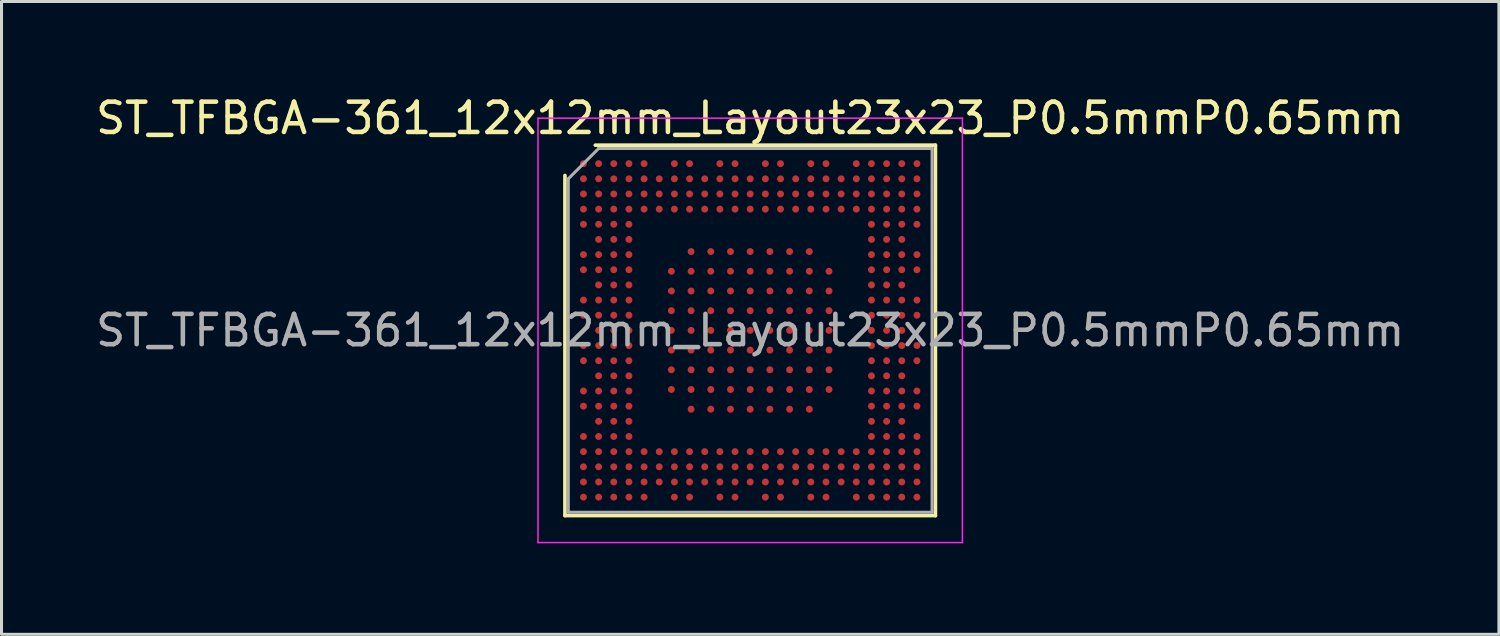
<source format=kicad_pcb>
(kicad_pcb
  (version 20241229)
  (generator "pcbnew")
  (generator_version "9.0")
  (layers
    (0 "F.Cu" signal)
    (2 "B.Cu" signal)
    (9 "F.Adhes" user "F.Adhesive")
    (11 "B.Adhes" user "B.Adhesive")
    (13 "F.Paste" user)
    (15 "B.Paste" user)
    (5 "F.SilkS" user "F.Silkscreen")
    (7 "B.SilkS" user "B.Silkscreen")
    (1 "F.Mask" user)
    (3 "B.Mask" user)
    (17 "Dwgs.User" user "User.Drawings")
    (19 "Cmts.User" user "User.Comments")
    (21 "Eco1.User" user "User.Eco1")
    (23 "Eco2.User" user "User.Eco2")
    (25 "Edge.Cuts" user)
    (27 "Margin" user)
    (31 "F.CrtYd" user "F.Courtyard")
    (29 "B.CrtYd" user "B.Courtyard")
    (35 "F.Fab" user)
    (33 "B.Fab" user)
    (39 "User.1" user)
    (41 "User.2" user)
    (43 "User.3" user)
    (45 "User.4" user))
  (footprint "ST_TFBGA-361_12x12mm_Layout23x23_P0.5mmP0.65mm"
    (layer "F.Cu")
    (at 21.696 7.848)
    (property "Reference" "ST_TFBGA-361_12x12mm_Layout23x23_P0.5mmP0.65mm" (at 0 -7 0) (layer "F.SilkS") (effects (font (size 1 1) (thickness 0.15))))
    (attr smd)
    (fp_line (start -6.11 6.11) (end -6.11 -5.11) (stroke (width 0.12) (type solid)) (layer "F.SilkS"))
    (fp_line (start -5.11 -6.11) (end 6.11 -6.11) (stroke (width 0.12) (type solid)) (layer "F.SilkS"))
    (fp_line (start 6.11 -6.11) (end 6.11 6.11) (stroke (width 0.12) (type solid)) (layer "F.SilkS"))
    (fp_line (start 6.11 6.11) (end -6.11 6.11) (stroke (width 0.12) (type solid)) (layer "F.SilkS"))
    (fp_line (start -7 -7) (end -7 7) (stroke (width 0.05) (type solid)) (layer "F.CrtYd"))
    (fp_line (start -7 7) (end 7 7) (stroke (width 0.05) (type solid)) (layer "F.CrtYd"))
    (fp_line (start 7 -7) (end -7 -7) (stroke (width 0.05) (type solid)) (layer "F.CrtYd"))
    (fp_line (start 7 7) (end 7 -7) (stroke (width 0.05) (type solid)) (layer "F.CrtYd"))
    (fp_line (start -6 -5) (end -5 -6) (stroke (width 0.1) (type solid)) (layer "F.Fab"))
    (fp_line (start -6 6) (end -6 -5) (stroke (width 0.1) (type solid)) (layer "F.Fab"))
    (fp_line (start -5 -6) (end 6 -6) (stroke (width 0.1) (type solid)) (layer "F.Fab"))
    (fp_line (start 6 -6) (end 6 6) (stroke (width 0.1) (type solid)) (layer "F.Fab"))
    (fp_line (start 6 6) (end -6 6) (stroke (width 0.1) (type solid)) (layer "F.Fab"))
    (fp_text user "${REFERENCE}" (at 0 0 0) (layer "F.Fab") (effects (font (size 1 1) (thickness 0.15))))
    (pad "1A2" smd circle (at -1.95 -2.6) (size 0.23 0.23) (layers "F.Cu" "F.Mask" "F.Paste"))
    (pad "1A3" smd circle (at -1.3 -2.6) (size 0.23 0.23) (layers "F.Cu" "F.Mask" "F.Paste"))
    (pad "1A4" smd circle (at -0.65 -2.6) (size 0.23 0.23) (layers "F.Cu" "F.Mask" "F.Paste"))
    (pad "1A5" smd circle (at 0 -2.6) (size 0.23 0.23) (layers "F.Cu" "F.Mask" "F.Paste"))
    (pad "1A6" smd circle (at 0.65 -2.6) (size 0.23 0.23) (layers "F.Cu" "F.Mask" "F.Paste"))
    (pad "1A7" smd circle (at 1.3 -2.6) (size 0.23 0.23) (layers "F.Cu" "F.Mask" "F.Paste"))
    (pad "1A8" smd circle (at 1.95 -2.6) (size 0.23 0.23) (layers "F.Cu" "F.Mask" "F.Paste"))
    (pad "1B1" smd circle (at -2.6 -1.95) (size 0.23 0.23) (layers "F.Cu" "F.Mask" "F.Paste"))
    (pad "1B2" smd circle (at -1.95 -1.95) (size 0.23 0.23) (layers "F.Cu" "F.Mask" "F.Paste"))
    (pad "1B3" smd circle (at -1.3 -1.95) (size 0.23 0.23) (layers "F.Cu" "F.Mask" "F.Paste"))
    (pad "1B4" smd circle (at -0.65 -1.95) (size 0.23 0.23) (layers "F.Cu" "F.Mask" "F.Paste"))
    (pad "1B5" smd circle (at 0 -1.95) (size 0.23 0.23) (layers "F.Cu" "F.Mask" "F.Paste"))
    (pad "1B6" smd circle (at 0.65 -1.95) (size 0.23 0.23) (layers "F.Cu" "F.Mask" "F.Paste"))
    (pad "1B7" smd circle (at 1.3 -1.95) (size 0.23 0.23) (layers "F.Cu" "F.Mask" "F.Paste"))
    (pad "1B8" smd circle (at 1.95 -1.95) (size 0.23 0.23) (layers "F.Cu" "F.Mask" "F.Paste"))
    (pad "1B9" smd circle (at 2.6 -1.95) (size 0.23 0.23) (layers "F.Cu" "F.Mask" "F.Paste"))
    (pad "1C1" smd circle (at -2.6 -1.3) (size 0.23 0.23) (layers "F.Cu" "F.Mask" "F.Paste"))
    (pad "1C2" smd circle (at -1.95 -1.3) (size 0.23 0.23) (layers "F.Cu" "F.Mask" "F.Paste"))
    (pad "1C3" smd circle (at -1.3 -1.3) (size 0.23 0.23) (layers "F.Cu" "F.Mask" "F.Paste"))
    (pad "1C4" smd circle (at -0.65 -1.3) (size 0.23 0.23) (layers "F.Cu" "F.Mask" "F.Paste"))
    (pad "1C5" smd circle (at 0 -1.3) (size 0.23 0.23) (layers "F.Cu" "F.Mask" "F.Paste"))
    (pad "1C6" smd circle (at 0.65 -1.3) (size 0.23 0.23) (layers "F.Cu" "F.Mask" "F.Paste"))
    (pad "1C7" smd circle (at 1.3 -1.3) (size 0.23 0.23) (layers "F.Cu" "F.Mask" "F.Paste"))
    (pad "1C8" smd circle (at 1.95 -1.3) (size 0.23 0.23) (layers "F.Cu" "F.Mask" "F.Paste"))
    (pad "1C9" smd circle (at 2.6 -1.3) (size 0.23 0.23) (layers "F.Cu" "F.Mask" "F.Paste"))
    (pad "1D1" smd circle (at -2.6 -0.65) (size 0.23 0.23) (layers "F.Cu" "F.Mask" "F.Paste"))
    (pad "1D2" smd circle (at -1.95 -0.65) (size 0.23 0.23) (layers "F.Cu" "F.Mask" "F.Paste"))
    (pad "1D3" smd circle (at -1.3 -0.65) (size 0.23 0.23) (layers "F.Cu" "F.Mask" "F.Paste"))
    (pad "1D4" smd circle (at -0.65 -0.65) (size 0.23 0.23) (layers "F.Cu" "F.Mask" "F.Paste"))
    (pad "1D5" smd circle (at 0 -0.65) (size 0.23 0.23) (layers "F.Cu" "F.Mask" "F.Paste"))
    (pad "1D6" smd circle (at 0.65 -0.65) (size 0.23 0.23) (layers "F.Cu" "F.Mask" "F.Paste"))
    (pad "1D7" smd circle (at 1.3 -0.65) (size 0.23 0.23) (layers "F.Cu" "F.Mask" "F.Paste"))
    (pad "1D8" smd circle (at 1.95 -0.65) (size 0.23 0.23) (layers "F.Cu" "F.Mask" "F.Paste"))
    (pad "1D9" smd circle (at 2.6 -0.65) (size 0.23 0.23) (layers "F.Cu" "F.Mask" "F.Paste"))
    (pad "1E1" smd circle (at -2.6 0) (size 0.23 0.23) (layers "F.Cu" "F.Mask" "F.Paste"))
    (pad "1E2" smd circle (at -1.95 0) (size 0.23 0.23) (layers "F.Cu" "F.Mask" "F.Paste"))
    (pad "1E3" smd circle (at -1.3 0) (size 0.23 0.23) (layers "F.Cu" "F.Mask" "F.Paste"))
    (pad "1E4" smd circle (at -0.65 0) (size 0.23 0.23) (layers "F.Cu" "F.Mask" "F.Paste"))
    (pad "1E5" smd circle (at 0 0) (size 0.23 0.23) (layers "F.Cu" "F.Mask" "F.Paste"))
    (pad "1E6" smd circle (at 0.65 0) (size 0.23 0.23) (layers "F.Cu" "F.Mask" "F.Paste"))
    (pad "1E7" smd circle (at 1.3 0) (size 0.23 0.23) (layers "F.Cu" "F.Mask" "F.Paste"))
    (pad "1E8" smd circle (at 1.95 0) (size 0.23 0.23) (layers "F.Cu" "F.Mask" "F.Paste"))
    (pad "1E9" smd circle (at 2.6 0) (size 0.23 0.23) (layers "F.Cu" "F.Mask" "F.Paste"))
    (pad "1F1" smd circle (at -2.6 0.65) (size 0.23 0.23) (layers "F.Cu" "F.Mask" "F.Paste"))
    (pad "1F2" smd circle (at -1.95 0.65) (size 0.23 0.23) (layers "F.Cu" "F.Mask" "F.Paste"))
    (pad "1F3" smd circle (at -1.3 0.65) (size 0.23 0.23) (layers "F.Cu" "F.Mask" "F.Paste"))
    (pad "1F4" smd circle (at -0.65 0.65) (size 0.23 0.23) (layers "F.Cu" "F.Mask" "F.Paste"))
    (pad "1F5" smd circle (at 0 0.65) (size 0.23 0.23) (layers "F.Cu" "F.Mask" "F.Paste"))
    (pad "1F6" smd circle (at 0.65 0.65) (size 0.23 0.23) (layers "F.Cu" "F.Mask" "F.Paste"))
    (pad "1F7" smd circle (at 1.3 0.65) (size 0.23 0.23) (layers "F.Cu" "F.Mask" "F.Paste"))
    (pad "1F8" smd circle (at 1.95 0.65) (size 0.23 0.23) (layers "F.Cu" "F.Mask" "F.Paste"))
    (pad "1F9" smd circle (at 2.6 0.65) (size 0.23 0.23) (layers "F.Cu" "F.Mask" "F.Paste"))
    (pad "1G1" smd circle (at -2.6 1.3) (size 0.23 0.23) (layers "F.Cu" "F.Mask" "F.Paste"))
    (pad "1G2" smd circle (at -1.95 1.3) (size 0.23 0.23) (layers "F.Cu" "F.Mask" "F.Paste"))
    (pad "1G3" smd circle (at -1.3 1.3) (size 0.23 0.23) (layers "F.Cu" "F.Mask" "F.Paste"))
    (pad "1G4" smd circle (at -0.65 1.3) (size 0.23 0.23) (layers "F.Cu" "F.Mask" "F.Paste"))
    (pad "1G5" smd circle (at 0 1.3) (size 0.23 0.23) (layers "F.Cu" "F.Mask" "F.Paste"))
    (pad "1G6" smd circle (at 0.65 1.3) (size 0.23 0.23) (layers "F.Cu" "F.Mask" "F.Paste"))
    (pad "1G7" smd circle (at 1.3 1.3) (size 0.23 0.23) (layers "F.Cu" "F.Mask" "F.Paste"))
    (pad "1G8" smd circle (at 1.95 1.3) (size 0.23 0.23) (layers "F.Cu" "F.Mask" "F.Paste"))
    (pad "1G9" smd circle (at 2.6 1.3) (size 0.23 0.23) (layers "F.Cu" "F.Mask" "F.Paste"))
    (pad "1H1" smd circle (at -2.6 1.95) (size 0.23 0.23) (layers "F.Cu" "F.Mask" "F.Paste"))
    (pad "1H2" smd circle (at -1.95 1.95) (size 0.23 0.23) (layers "F.Cu" "F.Mask" "F.Paste"))
    (pad "1H3" smd circle (at -1.3 1.95) (size 0.23 0.23) (layers "F.Cu" "F.Mask" "F.Paste"))
    (pad "1H4" smd circle (at -0.65 1.95) (size 0.23 0.23) (layers "F.Cu" "F.Mask" "F.Paste"))
    (pad "1H5" smd circle (at 0 1.95) (size 0.23 0.23) (layers "F.Cu" "F.Mask" "F.Paste"))
    (pad "1H6" smd circle (at 0.65 1.95) (size 0.23 0.23) (layers "F.Cu" "F.Mask" "F.Paste"))
    (pad "1H7" smd circle (at 1.3 1.95) (size 0.23 0.23) (layers "F.Cu" "F.Mask" "F.Paste"))
    (pad "1H8" smd circle (at 1.95 1.95) (size 0.23 0.23) (layers "F.Cu" "F.Mask" "F.Paste"))
    (pad "1H9" smd circle (at 2.6 1.95) (size 0.23 0.23) (layers "F.Cu" "F.Mask" "F.Paste"))
    (pad "1J2" smd circle (at -1.95 2.6) (size 0.23 0.23) (layers "F.Cu" "F.Mask" "F.Paste"))
    (pad "1J3" smd circle (at -1.3 2.6) (size 0.23 0.23) (layers "F.Cu" "F.Mask" "F.Paste"))
    (pad "1J4" smd circle (at -0.65 2.6) (size 0.23 0.23) (layers "F.Cu" "F.Mask" "F.Paste"))
    (pad "1J5" smd circle (at 0 2.6) (size 0.23 0.23) (layers "F.Cu" "F.Mask" "F.Paste"))
    (pad "1J6" smd circle (at 0.65 2.6) (size 0.23 0.23) (layers "F.Cu" "F.Mask" "F.Paste"))
    (pad "1J7" smd circle (at 1.3 2.6) (size 0.23 0.23) (layers "F.Cu" "F.Mask" "F.Paste"))
    (pad "1J8" smd circle (at 1.95 2.6) (size 0.23 0.23) (layers "F.Cu" "F.Mask" "F.Paste"))
    (pad "A1" smd circle (at -5.5 -5.5) (size 0.23 0.23) (layers "F.Cu" "F.Mask" "F.Paste"))
    (pad "A2" smd circle (at -5 -5.5) (size 0.23 0.23) (layers "F.Cu" "F.Mask" "F.Paste"))
    (pad "A3" smd circle (at -4.5 -5.5) (size 0.23 0.23) (layers "F.Cu" "F.Mask" "F.Paste"))
    (pad "A4" smd circle (at -4 -5.5) (size 0.23 0.23) (layers "F.Cu" "F.Mask" "F.Paste"))
    (pad "A5" smd circle (at -3.5 -5.5) (size 0.23 0.23) (layers "F.Cu" "F.Mask" "F.Paste"))
    (pad "A7" smd circle (at -2.5 -5.5) (size 0.23 0.23) (layers "F.Cu" "F.Mask" "F.Paste"))
    (pad "A8" smd circle (at -2 -5.5) (size 0.23 0.23) (layers "F.Cu" "F.Mask" "F.Paste"))
    (pad "A10" smd circle (at -1 -5.5) (size 0.23 0.23) (layers "F.Cu" "F.Mask" "F.Paste"))
    (pad "A11" smd circle (at -0.5 -5.5) (size 0.23 0.23) (layers "F.Cu" "F.Mask" "F.Paste"))
    (pad "A13" smd circle (at 0.5 -5.5) (size 0.23 0.23) (layers "F.Cu" "F.Mask" "F.Paste"))
    (pad "A14" smd circle (at 1 -5.5) (size 0.23 0.23) (layers "F.Cu" "F.Mask" "F.Paste"))
    (pad "A16" smd circle (at 2 -5.5) (size 0.23 0.23) (layers "F.Cu" "F.Mask" "F.Paste"))
    (pad "A17" smd circle (at 2.5 -5.5) (size 0.23 0.23) (layers "F.Cu" "F.Mask" "F.Paste"))
    (pad "A19" smd circle (at 3.5 -5.5) (size 0.23 0.23) (layers "F.Cu" "F.Mask" "F.Paste"))
    (pad "A20" smd circle (at 4 -5.5) (size 0.23 0.23) (layers "F.Cu" "F.Mask" "F.Paste"))
    (pad "A21" smd circle (at 4.5 -5.5) (size 0.23 0.23) (layers "F.Cu" "F.Mask" "F.Paste"))
    (pad "A22" smd circle (at 5 -5.5) (size 0.23 0.23) (layers "F.Cu" "F.Mask" "F.Paste"))
    (pad "A23" smd circle (at 5.5 -5.5) (size 0.23 0.23) (layers "F.Cu" "F.Mask" "F.Paste"))
    (pad "AA1" smd circle (at -5.5 4.5) (size 0.23 0.23) (layers "F.Cu" "F.Mask" "F.Paste"))
    (pad "AA2" smd circle (at -5 4.5) (size 0.23 0.23) (layers "F.Cu" "F.Mask" "F.Paste"))
    (pad "AA3" smd circle (at -4.5 4.5) (size 0.23 0.23) (layers "F.Cu" "F.Mask" "F.Paste"))
    (pad "AA4" smd circle (at -4 4.5) (size 0.23 0.23) (layers "F.Cu" "F.Mask" "F.Paste"))
    (pad "AA5" smd circle (at -3.5 4.5) (size 0.23 0.23) (layers "F.Cu" "F.Mask" "F.Paste"))
    (pad "AA6" smd circle (at -3 4.5) (size 0.23 0.23) (layers "F.Cu" "F.Mask" "F.Paste"))
    (pad "AA7" smd circle (at -2.5 4.5) (size 0.23 0.23) (layers "F.Cu" "F.Mask" "F.Paste"))
    (pad "AA8" smd circle (at -2 4.5) (size 0.23 0.23) (layers "F.Cu" "F.Mask" "F.Paste"))
    (pad "AA9" smd circle (at -1.5 4.5) (size 0.23 0.23) (layers "F.Cu" "F.Mask" "F.Paste"))
    (pad "AA10" smd circle (at -1 4.5) (size 0.23 0.23) (layers "F.Cu" "F.Mask" "F.Paste"))
    (pad "AA11" smd circle (at -0.5 4.5) (size 0.23 0.23) (layers "F.Cu" "F.Mask" "F.Paste"))
    (pad "AA12" smd circle (at 0 4.5) (size 0.23 0.23) (layers "F.Cu" "F.Mask" "F.Paste"))
    (pad "AA13" smd circle (at 0.5 4.5) (size 0.23 0.23) (layers "F.Cu" "F.Mask" "F.Paste"))
    (pad "AA14" smd circle (at 1 4.5) (size 0.23 0.23) (layers "F.Cu" "F.Mask" "F.Paste"))
    (pad "AA15" smd circle (at 1.5 4.5) (size 0.23 0.23) (layers "F.Cu" "F.Mask" "F.Paste"))
    (pad "AA16" smd circle (at 2 4.5) (size 0.23 0.23) (layers "F.Cu" "F.Mask" "F.Paste"))
    (pad "AA17" smd circle (at 2.5 4.5) (size 0.23 0.23) (layers "F.Cu" "F.Mask" "F.Paste"))
    (pad "AA18" smd circle (at 3 4.5) (size 0.23 0.23) (layers "F.Cu" "F.Mask" "F.Paste"))
    (pad "AA19" smd circle (at 3.5 4.5) (size 0.23 0.23) (layers "F.Cu" "F.Mask" "F.Paste"))
    (pad "AA20" smd circle (at 4 4.5) (size 0.23 0.23) (layers "F.Cu" "F.Mask" "F.Paste"))
    (pad "AA21" smd circle (at 4.5 4.5) (size 0.23 0.23) (layers "F.Cu" "F.Mask" "F.Paste"))
    (pad "AA22" smd circle (at 5 4.5) (size 0.23 0.23) (layers "F.Cu" "F.Mask" "F.Paste"))
    (pad "AA23" smd circle (at 5.5 4.5) (size 0.23 0.23) (layers "F.Cu" "F.Mask" "F.Paste"))
    (pad "AB1" smd circle (at -5.5 5) (size 0.23 0.23) (layers "F.Cu" "F.Mask" "F.Paste"))
    (pad "AB2" smd circle (at -5 5) (size 0.23 0.23) (layers "F.Cu" "F.Mask" "F.Paste"))
    (pad "AB3" smd circle (at -4.5 5) (size 0.23 0.23) (layers "F.Cu" "F.Mask" "F.Paste"))
    (pad "AB4" smd circle (at -4 5) (size 0.23 0.23) (layers "F.Cu" "F.Mask" "F.Paste"))
    (pad "AB5" smd circle (at -3.5 5) (size 0.23 0.23) (layers "F.Cu" "F.Mask" "F.Paste"))
    (pad "AB6" smd circle (at -3 5) (size 0.23 0.23) (layers "F.Cu" "F.Mask" "F.Paste"))
    (pad "AB7" smd circle (at -2.5 5) (size 0.23 0.23) (layers "F.Cu" "F.Mask" "F.Paste"))
    (pad "AB8" smd circle (at -2 5) (size 0.23 0.23) (layers "F.Cu" "F.Mask" "F.Paste"))
    (pad "AB9" smd circle (at -1.5 5) (size 0.23 0.23) (layers "F.Cu" "F.Mask" "F.Paste"))
    (pad "AB10" smd circle (at -1 5) (size 0.23 0.23) (layers "F.Cu" "F.Mask" "F.Paste"))
    (pad "AB11" smd circle (at -0.5 5) (size 0.23 0.23) (layers "F.Cu" "F.Mask" "F.Paste"))
    (pad "AB12" smd circle (at 0 5) (size 0.23 0.23) (layers "F.Cu" "F.Mask" "F.Paste"))
    (pad "AB13" smd circle (at 0.5 5) (size 0.23 0.23) (layers "F.Cu" "F.Mask" "F.Paste"))
    (pad "AB14" smd circle (at 1 5) (size 0.23 0.23) (layers "F.Cu" "F.Mask" "F.Paste"))
    (pad "AB15" smd circle (at 1.5 5) (size 0.23 0.23) (layers "F.Cu" "F.Mask" "F.Paste"))
    (pad "AB16" smd circle (at 2 5) (size 0.23 0.23) (layers "F.Cu" "F.Mask" "F.Paste"))
    (pad "AB17" smd circle (at 2.5 5) (size 0.23 0.23) (layers "F.Cu" "F.Mask" "F.Paste"))
    (pad "AB18" smd circle (at 3 5) (size 0.23 0.23) (layers "F.Cu" "F.Mask" "F.Paste"))
    (pad "AB19" smd circle (at 3.5 5) (size 0.23 0.23) (layers "F.Cu" "F.Mask" "F.Paste"))
    (pad "AB20" smd circle (at 4 5) (size 0.23 0.23) (layers "F.Cu" "F.Mask" "F.Paste"))
    (pad "AB21" smd circle (at 4.5 5) (size 0.23 0.23) (layers "F.Cu" "F.Mask" "F.Paste"))
    (pad "AB22" smd circle (at 5 5) (size 0.23 0.23) (layers "F.Cu" "F.Mask" "F.Paste"))
    (pad "AB23" smd circle (at 5.5 5) (size 0.23 0.23) (layers "F.Cu" "F.Mask" "F.Paste"))
    (pad "AC1" smd circle (at -5.5 5.5) (size 0.23 0.23) (layers "F.Cu" "F.Mask" "F.Paste"))
    (pad "AC2" smd circle (at -5 5.5) (size 0.23 0.23) (layers "F.Cu" "F.Mask" "F.Paste"))
    (pad "AC3" smd circle (at -4.5 5.5) (size 0.23 0.23) (layers "F.Cu" "F.Mask" "F.Paste"))
    (pad "AC4" smd circle (at -4 5.5) (size 0.23 0.23) (layers "F.Cu" "F.Mask" "F.Paste"))
    (pad "AC5" smd circle (at -3.5 5.5) (size 0.23 0.23) (layers "F.Cu" "F.Mask" "F.Paste"))
    (pad "AC7" smd circle (at -2.5 5.5) (size 0.23 0.23) (layers "F.Cu" "F.Mask" "F.Paste"))
    (pad "AC8" smd circle (at -2 5.5) (size 0.23 0.23) (layers "F.Cu" "F.Mask" "F.Paste"))
    (pad "AC10" smd circle (at -1 5.5) (size 0.23 0.23) (layers "F.Cu" "F.Mask" "F.Paste"))
    (pad "AC11" smd circle (at -0.5 5.5) (size 0.23 0.23) (layers "F.Cu" "F.Mask" "F.Paste"))
    (pad "AC13" smd circle (at 0.5 5.5) (size 0.23 0.23) (layers "F.Cu" "F.Mask" "F.Paste"))
    (pad "AC14" smd circle (at 1 5.5) (size 0.23 0.23) (layers "F.Cu" "F.Mask" "F.Paste"))
    (pad "AC16" smd circle (at 2 5.5) (size 0.23 0.23) (layers "F.Cu" "F.Mask" "F.Paste"))
    (pad "AC17" smd circle (at 2.5 5.5) (size 0.23 0.23) (layers "F.Cu" "F.Mask" "F.Paste"))
    (pad "AC19" smd circle (at 3.5 5.5) (size 0.23 0.23) (layers "F.Cu" "F.Mask" "F.Paste"))
    (pad "AC20" smd circle (at 4 5.5) (size 0.23 0.23) (layers "F.Cu" "F.Mask" "F.Paste"))
    (pad "AC21" smd circle (at 4.5 5.5) (size 0.23 0.23) (layers "F.Cu" "F.Mask" "F.Paste"))
    (pad "AC22" smd circle (at 5 5.5) (size 0.23 0.23) (layers "F.Cu" "F.Mask" "F.Paste"))
    (pad "AC23" smd circle (at 5.5 5.5) (size 0.23 0.23) (layers "F.Cu" "F.Mask" "F.Paste"))
    (pad "B1" smd circle (at -5.5 -5) (size 0.23 0.23) (layers "F.Cu" "F.Mask" "F.Paste"))
    (pad "B2" smd circle (at -5 -5) (size 0.23 0.23) (layers "F.Cu" "F.Mask" "F.Paste"))
    (pad "B3" smd circle (at -4.5 -5) (size 0.23 0.23) (layers "F.Cu" "F.Mask" "F.Paste"))
    (pad "B4" smd circle (at -4 -5) (size 0.23 0.23) (layers "F.Cu" "F.Mask" "F.Paste"))
    (pad "B5" smd circle (at -3.5 -5) (size 0.23 0.23) (layers "F.Cu" "F.Mask" "F.Paste"))
    (pad "B6" smd circle (at -3 -5) (size 0.23 0.23) (layers "F.Cu" "F.Mask" "F.Paste"))
    (pad "B7" smd circle (at -2.5 -5) (size 0.23 0.23) (layers "F.Cu" "F.Mask" "F.Paste"))
    (pad "B8" smd circle (at -2 -5) (size 0.23 0.23) (layers "F.Cu" "F.Mask" "F.Paste"))
    (pad "B9" smd circle (at -1.5 -5) (size 0.23 0.23) (layers "F.Cu" "F.Mask" "F.Paste"))
    (pad "B10" smd circle (at -1 -5) (size 0.23 0.23) (layers "F.Cu" "F.Mask" "F.Paste"))
    (pad "B11" smd circle (at -0.5 -5) (size 0.23 0.23) (layers "F.Cu" "F.Mask" "F.Paste"))
    (pad "B12" smd circle (at 0 -5) (size 0.23 0.23) (layers "F.Cu" "F.Mask" "F.Paste"))
    (pad "B13" smd circle (at 0.5 -5) (size 0.23 0.23) (layers "F.Cu" "F.Mask" "F.Paste"))
    (pad "B14" smd circle (at 1 -5) (size 0.23 0.23) (layers "F.Cu" "F.Mask" "F.Paste"))
    (pad "B15" smd circle (at 1.5 -5) (size 0.23 0.23) (layers "F.Cu" "F.Mask" "F.Paste"))
    (pad "B16" smd circle (at 2 -5) (size 0.23 0.23) (layers "F.Cu" "F.Mask" "F.Paste"))
    (pad "B17" smd circle (at 2.5 -5) (size 0.23 0.23) (layers "F.Cu" "F.Mask" "F.Paste"))
    (pad "B18" smd circle (at 3 -5) (size 0.23 0.23) (layers "F.Cu" "F.Mask" "F.Paste"))
    (pad "B19" smd circle (at 3.5 -5) (size 0.23 0.23) (layers "F.Cu" "F.Mask" "F.Paste"))
    (pad "B20" smd circle (at 4 -5) (size 0.23 0.23) (layers "F.Cu" "F.Mask" "F.Paste"))
    (pad "B21" smd circle (at 4.5 -5) (size 0.23 0.23) (layers "F.Cu" "F.Mask" "F.Paste"))
    (pad "B22" smd circle (at 5 -5) (size 0.23 0.23) (layers "F.Cu" "F.Mask" "F.Paste"))
    (pad "B23" smd circle (at 5.5 -5) (size 0.23 0.23) (layers "F.Cu" "F.Mask" "F.Paste"))
    (pad "C1" smd circle (at -5.5 -4.5) (size 0.23 0.23) (layers "F.Cu" "F.Mask" "F.Paste"))
    (pad "C2" smd circle (at -5 -4.5) (size 0.23 0.23) (layers "F.Cu" "F.Mask" "F.Paste"))
    (pad "C3" smd circle (at -4.5 -4.5) (size 0.23 0.23) (layers "F.Cu" "F.Mask" "F.Paste"))
    (pad "C4" smd circle (at -4 -4.5) (size 0.23 0.23) (layers "F.Cu" "F.Mask" "F.Paste"))
    (pad "C5" smd circle (at -3.5 -4.5) (size 0.23 0.23) (layers "F.Cu" "F.Mask" "F.Paste"))
    (pad "C6" smd circle (at -3 -4.5) (size 0.23 0.23) (layers "F.Cu" "F.Mask" "F.Paste"))
    (pad "C7" smd circle (at -2.5 -4.5) (size 0.23 0.23) (layers "F.Cu" "F.Mask" "F.Paste"))
    (pad "C8" smd circle (at -2 -4.5) (size 0.23 0.23) (layers "F.Cu" "F.Mask" "F.Paste"))
    (pad "C9" smd circle (at -1.5 -4.5) (size 0.23 0.23) (layers "F.Cu" "F.Mask" "F.Paste"))
    (pad "C10" smd circle (at -1 -4.5) (size 0.23 0.23) (layers "F.Cu" "F.Mask" "F.Paste"))
    (pad "C11" smd circle (at -0.5 -4.5) (size 0.23 0.23) (layers "F.Cu" "F.Mask" "F.Paste"))
    (pad "C12" smd circle (at 0 -4.5) (size 0.23 0.23) (layers "F.Cu" "F.Mask" "F.Paste"))
    (pad "C13" smd circle (at 0.5 -4.5) (size 0.23 0.23) (layers "F.Cu" "F.Mask" "F.Paste"))
    (pad "C14" smd circle (at 1 -4.5) (size 0.23 0.23) (layers "F.Cu" "F.Mask" "F.Paste"))
    (pad "C15" smd circle (at 1.5 -4.5) (size 0.23 0.23) (layers "F.Cu" "F.Mask" "F.Paste"))
    (pad "C16" smd circle (at 2 -4.5) (size 0.23 0.23) (layers "F.Cu" "F.Mask" "F.Paste"))
    (pad "C17" smd circle (at 2.5 -4.5) (size 0.23 0.23) (layers "F.Cu" "F.Mask" "F.Paste"))
    (pad "C18" smd circle (at 3 -4.5) (size 0.23 0.23) (layers "F.Cu" "F.Mask" "F.Paste"))
    (pad "C19" smd circle (at 3.5 -4.5) (size 0.23 0.23) (layers "F.Cu" "F.Mask" "F.Paste"))
    (pad "C20" smd circle (at 4 -4.5) (size 0.23 0.23) (layers "F.Cu" "F.Mask" "F.Paste"))
    (pad "C21" smd circle (at 4.5 -4.5) (size 0.23 0.23) (layers "F.Cu" "F.Mask" "F.Paste"))
    (pad "C22" smd circle (at 5 -4.5) (size 0.23 0.23) (layers "F.Cu" "F.Mask" "F.Paste"))
    (pad "C23" smd circle (at 5.5 -4.5) (size 0.23 0.23) (layers "F.Cu" "F.Mask" "F.Paste"))
    (pad "D1" smd circle (at -5.5 -4) (size 0.23 0.23) (layers "F.Cu" "F.Mask" "F.Paste"))
    (pad "D2" smd circle (at -5 -4) (size 0.23 0.23) (layers "F.Cu" "F.Mask" "F.Paste"))
    (pad "D3" smd circle (at -4.5 -4) (size 0.23 0.23) (layers "F.Cu" "F.Mask" "F.Paste"))
    (pad "D4" smd circle (at -4 -4) (size 0.23 0.23) (layers "F.Cu" "F.Mask" "F.Paste"))
    (pad "D5" smd circle (at -3.5 -4) (size 0.23 0.23) (layers "F.Cu" "F.Mask" "F.Paste"))
    (pad "D6" smd circle (at -3 -4) (size 0.23 0.23) (layers "F.Cu" "F.Mask" "F.Paste"))
    (pad "D7" smd circle (at -2.5 -4) (size 0.23 0.23) (layers "F.Cu" "F.Mask" "F.Paste"))
    (pad "D8" smd circle (at -2 -4) (size 0.23 0.23) (layers "F.Cu" "F.Mask" "F.Paste"))
    (pad "D9" smd circle (at -1.5 -4) (size 0.23 0.23) (layers "F.Cu" "F.Mask" "F.Paste"))
    (pad "D10" smd circle (at -1 -4) (size 0.23 0.23) (layers "F.Cu" "F.Mask" "F.Paste"))
    (pad "D11" smd circle (at -0.5 -4) (size 0.23 0.23) (layers "F.Cu" "F.Mask" "F.Paste"))
    (pad "D12" smd circle (at 0 -4) (size 0.23 0.23) (layers "F.Cu" "F.Mask" "F.Paste"))
    (pad "D13" smd circle (at 0.5 -4) (size 0.23 0.23) (layers "F.Cu" "F.Mask" "F.Paste"))
    (pad "D14" smd circle (at 1 -4) (size 0.23 0.23) (layers "F.Cu" "F.Mask" "F.Paste"))
    (pad "D15" smd circle (at 1.5 -4) (size 0.23 0.23) (layers "F.Cu" "F.Mask" "F.Paste"))
    (pad "D16" smd circle (at 2 -4) (size 0.23 0.23) (layers "F.Cu" "F.Mask" "F.Paste"))
    (pad "D17" smd circle (at 2.5 -4) (size 0.23 0.23) (layers "F.Cu" "F.Mask" "F.Paste"))
    (pad "D18" smd circle (at 3 -4) (size 0.23 0.23) (layers "F.Cu" "F.Mask" "F.Paste"))
    (pad "D19" smd circle (at 3.5 -4) (size 0.23 0.23) (layers "F.Cu" "F.Mask" "F.Paste"))
    (pad "D20" smd circle (at 4 -4) (size 0.23 0.23) (layers "F.Cu" "F.Mask" "F.Paste"))
    (pad "D21" smd circle (at 4.5 -4) (size 0.23 0.23) (layers "F.Cu" "F.Mask" "F.Paste"))
    (pad "D22" smd circle (at 5 -4) (size 0.23 0.23) (layers "F.Cu" "F.Mask" "F.Paste"))
    (pad "D23" smd circle (at 5.5 -4) (size 0.23 0.23) (layers "F.Cu" "F.Mask" "F.Paste"))
    (pad "E1" smd circle (at -5.5 -3.5) (size 0.23 0.23) (layers "F.Cu" "F.Mask" "F.Paste"))
    (pad "E2" smd circle (at -5 -3.5) (size 0.23 0.23) (layers "F.Cu" "F.Mask" "F.Paste"))
    (pad "E3" smd circle (at -4.5 -3.5) (size 0.23 0.23) (layers "F.Cu" "F.Mask" "F.Paste"))
    (pad "E4" smd circle (at -4 -3.5) (size 0.23 0.23) (layers "F.Cu" "F.Mask" "F.Paste"))
    (pad "E20" smd circle (at 4 -3.5) (size 0.23 0.23) (layers "F.Cu" "F.Mask" "F.Paste"))
    (pad "E21" smd circle (at 4.5 -3.5) (size 0.23 0.23) (layers "F.Cu" "F.Mask" "F.Paste"))
    (pad "E22" smd circle (at 5 -3.5) (size 0.23 0.23) (layers "F.Cu" "F.Mask" "F.Paste"))
    (pad "E23" smd circle (at 5.5 -3.5) (size 0.23 0.23) (layers "F.Cu" "F.Mask" "F.Paste"))
    (pad "F2" smd circle (at -5 -3) (size 0.23 0.23) (layers "F.Cu" "F.Mask" "F.Paste"))
    (pad "F3" smd circle (at -4.5 -3) (size 0.23 0.23) (layers "F.Cu" "F.Mask" "F.Paste"))
    (pad "F4" smd circle (at -4 -3) (size 0.23 0.23) (layers "F.Cu" "F.Mask" "F.Paste"))
    (pad "F20" smd circle (at 4 -3) (size 0.23 0.23) (layers "F.Cu" "F.Mask" "F.Paste"))
    (pad "F21" smd circle (at 4.5 -3) (size 0.23 0.23) (layers "F.Cu" "F.Mask" "F.Paste"))
    (pad "F22" smd circle (at 5 -3) (size 0.23 0.23) (layers "F.Cu" "F.Mask" "F.Paste"))
    (pad "G1" smd circle (at -5.5 -2.5) (size 0.23 0.23) (layers "F.Cu" "F.Mask" "F.Paste"))
    (pad "G2" smd circle (at -5 -2.5) (size 0.23 0.23) (layers "F.Cu" "F.Mask" "F.Paste"))
    (pad "G3" smd circle (at -4.5 -2.5) (size 0.23 0.23) (layers "F.Cu" "F.Mask" "F.Paste"))
    (pad "G4" smd circle (at -4 -2.5) (size 0.23 0.23) (layers "F.Cu" "F.Mask" "F.Paste"))
    (pad "G20" smd circle (at 4 -2.5) (size 0.23 0.23) (layers "F.Cu" "F.Mask" "F.Paste"))
    (pad "G21" smd circle (at 4.5 -2.5) (size 0.23 0.23) (layers "F.Cu" "F.Mask" "F.Paste"))
    (pad "G22" smd circle (at 5 -2.5) (size 0.23 0.23) (layers "F.Cu" "F.Mask" "F.Paste"))
    (pad "G23" smd circle (at 5.5 -2.5) (size 0.23 0.23) (layers "F.Cu" "F.Mask" "F.Paste"))
    (pad "H1" smd circle (at -5.5 -2) (size 0.23 0.23) (layers "F.Cu" "F.Mask" "F.Paste"))
    (pad "H2" smd circle (at -5 -2) (size 0.23 0.23) (layers "F.Cu" "F.Mask" "F.Paste"))
    (pad "H3" smd circle (at -4.5 -2) (size 0.23 0.23) (layers "F.Cu" "F.Mask" "F.Paste"))
    (pad "H4" smd circle (at -4 -2) (size 0.23 0.23) (layers "F.Cu" "F.Mask" "F.Paste"))
    (pad "H20" smd circle (at 4 -2) (size 0.23 0.23) (layers "F.Cu" "F.Mask" "F.Paste"))
    (pad "H21" smd circle (at 4.5 -2) (size 0.23 0.23) (layers "F.Cu" "F.Mask" "F.Paste"))
    (pad "H22" smd circle (at 5 -2) (size 0.23 0.23) (layers "F.Cu" "F.Mask" "F.Paste"))
    (pad "H23" smd circle (at 5.5 -2) (size 0.23 0.23) (layers "F.Cu" "F.Mask" "F.Paste"))
    (pad "J2" smd circle (at -5 -1.5) (size 0.23 0.23) (layers "F.Cu" "F.Mask" "F.Paste"))
    (pad "J3" smd circle (at -4.5 -1.5) (size 0.23 0.23) (layers "F.Cu" "F.Mask" "F.Paste"))
    (pad "J4" smd circle (at -4 -1.5) (size 0.23 0.23) (layers "F.Cu" "F.Mask" "F.Paste"))
    (pad "J20" smd circle (at 4 -1.5) (size 0.23 0.23) (layers "F.Cu" "F.Mask" "F.Paste"))
    (pad "J21" smd circle (at 4.5 -1.5) (size 0.23 0.23) (layers "F.Cu" "F.Mask" "F.Paste"))
    (pad "J22" smd circle (at 5 -1.5) (size 0.23 0.23) (layers "F.Cu" "F.Mask" "F.Paste"))
    (pad "K1" smd circle (at -5.5 -1) (size 0.23 0.23) (layers "F.Cu" "F.Mask" "F.Paste"))
    (pad "K2" smd circle (at -5 -1) (size 0.23 0.23) (layers "F.Cu" "F.Mask" "F.Paste"))
    (pad "K3" smd circle (at -4.5 -1) (size 0.23 0.23) (layers "F.Cu" "F.Mask" "F.Paste"))
    (pad "K4" smd circle (at -4 -1) (size 0.23 0.23) (layers "F.Cu" "F.Mask" "F.Paste"))
    (pad "K20" smd circle (at 4 -1) (size 0.23 0.23) (layers "F.Cu" "F.Mask" "F.Paste"))
    (pad "K21" smd circle (at 4.5 -1) (size 0.23 0.23) (layers "F.Cu" "F.Mask" "F.Paste"))
    (pad "K22" smd circle (at 5 -1) (size 0.23 0.23) (layers "F.Cu" "F.Mask" "F.Paste"))
    (pad "K23" smd circle (at 5.5 -1) (size 0.23 0.23) (layers "F.Cu" "F.Mask" "F.Paste"))
    (pad "L1" smd circle (at -5.5 -0.5) (size 0.23 0.23) (layers "F.Cu" "F.Mask" "F.Paste"))
    (pad "L2" smd circle (at -5 -0.5) (size 0.23 0.23) (layers "F.Cu" "F.Mask" "F.Paste"))
    (pad "L3" smd circle (at -4.5 -0.5) (size 0.23 0.23) (layers "F.Cu" "F.Mask" "F.Paste"))
    (pad "L4" smd circle (at -4 -0.5) (size 0.23 0.23) (layers "F.Cu" "F.Mask" "F.Paste"))
    (pad "L20" smd circle (at 4 -0.5) (size 0.23 0.23) (layers "F.Cu" "F.Mask" "F.Paste"))
    (pad "L21" smd circle (at 4.5 -0.5) (size 0.23 0.23) (layers "F.Cu" "F.Mask" "F.Paste"))
    (pad "L22" smd circle (at 5 -0.5) (size 0.23 0.23) (layers "F.Cu" "F.Mask" "F.Paste"))
    (pad "L23" smd circle (at 5.5 -0.5) (size 0.23 0.23) (layers "F.Cu" "F.Mask" "F.Paste"))
    (pad "M2" smd circle (at -5 0) (size 0.23 0.23) (layers "F.Cu" "F.Mask" "F.Paste"))
    (pad "M3" smd circle (at -4.5 0) (size 0.23 0.23) (layers "F.Cu" "F.Mask" "F.Paste"))
    (pad "M4" smd circle (at -4 0) (size 0.23 0.23) (layers "F.Cu" "F.Mask" "F.Paste"))
    (pad "M20" smd circle (at 4 0) (size 0.23 0.23) (layers "F.Cu" "F.Mask" "F.Paste"))
    (pad "M21" smd circle (at 4.5 0) (size 0.23 0.23) (layers "F.Cu" "F.Mask" "F.Paste"))
    (pad "M22" smd circle (at 5 0) (size 0.23 0.23) (layers "F.Cu" "F.Mask" "F.Paste"))
    (pad "N1" smd circle (at -5.5 0.5) (size 0.23 0.23) (layers "F.Cu" "F.Mask" "F.Paste"))
    (pad "N2" smd circle (at -5 0.5) (size 0.23 0.23) (layers "F.Cu" "F.Mask" "F.Paste"))
    (pad "N3" smd circle (at -4.5 0.5) (size 0.23 0.23) (layers "F.Cu" "F.Mask" "F.Paste"))
    (pad "N4" smd circle (at -4 0.5) (size 0.23 0.23) (layers "F.Cu" "F.Mask" "F.Paste"))
    (pad "N20" smd circle (at 4 0.5) (size 0.23 0.23) (layers "F.Cu" "F.Mask" "F.Paste"))
    (pad "N21" smd circle (at 4.5 0.5) (size 0.23 0.23) (layers "F.Cu" "F.Mask" "F.Paste"))
    (pad "N22" smd circle (at 5 0.5) (size 0.23 0.23) (layers "F.Cu" "F.Mask" "F.Paste"))
    (pad "N23" smd circle (at 5.5 0.5) (size 0.23 0.23) (layers "F.Cu" "F.Mask" "F.Paste"))
    (pad "P1" smd circle (at -5.5 1) (size 0.23 0.23) (layers "F.Cu" "F.Mask" "F.Paste"))
    (pad "P2" smd circle (at -5 1) (size 0.23 0.23) (layers "F.Cu" "F.Mask" "F.Paste"))
    (pad "P3" smd circle (at -4.5 1) (size 0.23 0.23) (layers "F.Cu" "F.Mask" "F.Paste"))
    (pad "P4" smd circle (at -4 1) (size 0.23 0.23) (layers "F.Cu" "F.Mask" "F.Paste"))
    (pad "P20" smd circle (at 4 1) (size 0.23 0.23) (layers "F.Cu" "F.Mask" "F.Paste"))
    (pad "P21" smd circle (at 4.5 1) (size 0.23 0.23) (layers "F.Cu" "F.Mask" "F.Paste"))
    (pad "P22" smd circle (at 5 1) (size 0.23 0.23) (layers "F.Cu" "F.Mask" "F.Paste"))
    (pad "P23" smd circle (at 5.5 1) (size 0.23 0.23) (layers "F.Cu" "F.Mask" "F.Paste"))
    (pad "R2" smd circle (at -5 1.5) (size 0.23 0.23) (layers "F.Cu" "F.Mask" "F.Paste"))
    (pad "R3" smd circle (at -4.5 1.5) (size 0.23 0.23) (layers "F.Cu" "F.Mask" "F.Paste"))
    (pad "R4" smd circle (at -4 1.5) (size 0.23 0.23) (layers "F.Cu" "F.Mask" "F.Paste"))
    (pad "R20" smd circle (at 4 1.5) (size 0.23 0.23) (layers "F.Cu" "F.Mask" "F.Paste"))
    (pad "R21" smd circle (at 4.5 1.5) (size 0.23 0.23) (layers "F.Cu" "F.Mask" "F.Paste"))
    (pad "R22" smd circle (at 5 1.5) (size 0.23 0.23) (layers "F.Cu" "F.Mask" "F.Paste"))
    (pad "T1" smd circle (at -5.5 2) (size 0.23 0.23) (layers "F.Cu" "F.Mask" "F.Paste"))
    (pad "T2" smd circle (at -5 2) (size 0.23 0.23) (layers "F.Cu" "F.Mask" "F.Paste"))
    (pad "T3" smd circle (at -4.5 2) (size 0.23 0.23) (layers "F.Cu" "F.Mask" "F.Paste"))
    (pad "T4" smd circle (at -4 2) (size 0.23 0.23) (layers "F.Cu" "F.Mask" "F.Paste"))
    (pad "T20" smd circle (at 4 2) (size 0.23 0.23) (layers "F.Cu" "F.Mask" "F.Paste"))
    (pad "T21" smd circle (at 4.5 2) (size 0.23 0.23) (layers "F.Cu" "F.Mask" "F.Paste"))
    (pad "T22" smd circle (at 5 2) (size 0.23 0.23) (layers "F.Cu" "F.Mask" "F.Paste"))
    (pad "T23" smd circle (at 5.5 2) (size 0.23 0.23) (layers "F.Cu" "F.Mask" "F.Paste"))
    (pad "U1" smd circle (at -5.5 2.5) (size 0.23 0.23) (layers "F.Cu" "F.Mask" "F.Paste"))
    (pad "U2" smd circle (at -5 2.5) (size 0.23 0.23) (layers "F.Cu" "F.Mask" "F.Paste"))
    (pad "U3" smd circle (at -4.5 2.5) (size 0.23 0.23) (layers "F.Cu" "F.Mask" "F.Paste"))
    (pad "U4" smd circle (at -4 2.5) (size 0.23 0.23) (layers "F.Cu" "F.Mask" "F.Paste"))
    (pad "U20" smd circle (at 4 2.5) (size 0.23 0.23) (layers "F.Cu" "F.Mask" "F.Paste"))
    (pad "U21" smd circle (at 4.5 2.5) (size 0.23 0.23) (layers "F.Cu" "F.Mask" "F.Paste"))
    (pad "U22" smd circle (at 5 2.5) (size 0.23 0.23) (layers "F.Cu" "F.Mask" "F.Paste"))
    (pad "U23" smd circle (at 5.5 2.5) (size 0.23 0.23) (layers "F.Cu" "F.Mask" "F.Paste"))
    (pad "V2" smd circle (at -5 3) (size 0.23 0.23) (layers "F.Cu" "F.Mask" "F.Paste"))
    (pad "V3" smd circle (at -4.5 3) (size 0.23 0.23) (layers "F.Cu" "F.Mask" "F.Paste"))
    (pad "V4" smd circle (at -4 3) (size 0.23 0.23) (layers "F.Cu" "F.Mask" "F.Paste"))
    (pad "V20" smd circle (at 4 3) (size 0.23 0.23) (layers "F.Cu" "F.Mask" "F.Paste"))
    (pad "V21" smd circle (at 4.5 3) (size 0.23 0.23) (layers "F.Cu" "F.Mask" "F.Paste"))
    (pad "V22" smd circle (at 5 3) (size 0.23 0.23) (layers "F.Cu" "F.Mask" "F.Paste"))
    (pad "W1" smd circle (at -5.5 3.5) (size 0.23 0.23) (layers "F.Cu" "F.Mask" "F.Paste"))
    (pad "W2" smd circle (at -5 3.5) (size 0.23 0.23) (layers "F.Cu" "F.Mask" "F.Paste"))
    (pad "W3" smd circle (at -4.5 3.5) (size 0.23 0.23) (layers "F.Cu" "F.Mask" "F.Paste"))
    (pad "W4" smd circle (at -4 3.5) (size 0.23 0.23) (layers "F.Cu" "F.Mask" "F.Paste"))
    (pad "W20" smd circle (at 4 3.5) (size 0.23 0.23) (layers "F.Cu" "F.Mask" "F.Paste"))
    (pad "W21" smd circle (at 4.5 3.5) (size 0.23 0.23) (layers "F.Cu" "F.Mask" "F.Paste"))
    (pad "W22" smd circle (at 5 3.5) (size 0.23 0.23) (layers "F.Cu" "F.Mask" "F.Paste"))
    (pad "W23" smd circle (at 5.5 3.5) (size 0.23 0.23) (layers "F.Cu" "F.Mask" "F.Paste"))
    (pad "Y1" smd circle (at -5.5 4) (size 0.23 0.23) (layers "F.Cu" "F.Mask" "F.Paste"))
    (pad "Y2" smd circle (at -5 4) (size 0.23 0.23) (layers "F.Cu" "F.Mask" "F.Paste"))
    (pad "Y3" smd circle (at -4.5 4) (size 0.23 0.23) (layers "F.Cu" "F.Mask" "F.Paste"))
    (pad "Y4" smd circle (at -4 4) (size 0.23 0.23) (layers "F.Cu" "F.Mask" "F.Paste"))
    (pad "Y5" smd circle (at -3.5 4) (size 0.23 0.23) (layers "F.Cu" "F.Mask" "F.Paste"))
    (pad "Y6" smd circle (at -3 4) (size 0.23 0.23) (layers "F.Cu" "F.Mask" "F.Paste"))
    (pad "Y7" smd circle (at -2.5 4) (size 0.23 0.23) (layers "F.Cu" "F.Mask" "F.Paste"))
    (pad "Y8" smd circle (at -2 4) (size 0.23 0.23) (layers "F.Cu" "F.Mask" "F.Paste"))
    (pad "Y9" smd circle (at -1.5 4) (size 0.23 0.23) (layers "F.Cu" "F.Mask" "F.Paste"))
    (pad "Y10" smd circle (at -1 4) (size 0.23 0.23) (layers "F.Cu" "F.Mask" "F.Paste"))
    (pad "Y11" smd circle (at -0.5 4) (size 0.23 0.23) (layers "F.Cu" "F.Mask" "F.Paste"))
    (pad "Y12" smd circle (at 0 4) (size 0.23 0.23) (layers "F.Cu" "F.Mask" "F.Paste"))
    (pad "Y13" smd circle (at 0.5 4) (size 0.23 0.23) (layers "F.Cu" "F.Mask" "F.Paste"))
    (pad "Y14" smd circle (at 1 4) (size 0.23 0.23) (layers "F.Cu" "F.Mask" "F.Paste"))
    (pad "Y15" smd circle (at 1.5 4) (size 0.23 0.23) (layers "F.Cu" "F.Mask" "F.Paste"))
    (pad "Y16" smd circle (at 2 4) (size 0.23 0.23) (layers "F.Cu" "F.Mask" "F.Paste"))
    (pad "Y17" smd circle (at 2.5 4) (size 0.23 0.23) (layers "F.Cu" "F.Mask" "F.Paste"))
    (pad "Y18" smd circle (at 3 4) (size 0.23 0.23) (layers "F.Cu" "F.Mask" "F.Paste"))
    (pad "Y19" smd circle (at 3.5 4) (size 0.23 0.23) (layers "F.Cu" "F.Mask" "F.Paste"))
    (pad "Y20" smd circle (at 4 4) (size 0.23 0.23) (layers "F.Cu" "F.Mask" "F.Paste"))
    (pad "Y21" smd circle (at 4.5 4) (size 0.23 0.23) (layers "F.Cu" "F.Mask" "F.Paste"))
    (pad "Y22" smd circle (at 5 4) (size 0.23 0.23) (layers "F.Cu" "F.Mask" "F.Paste"))
    (pad "Y23" smd circle (at 5.5 4) (size 0.23 0.23) (layers "F.Cu" "F.Mask" "F.Paste")))
  (gr_rect
    (start -3 -3)
    (end 46.393 17.873)
    (stroke (width 0.1) (type default))
    (fill no)
    (layer "Edge.Cuts")))
</source>
